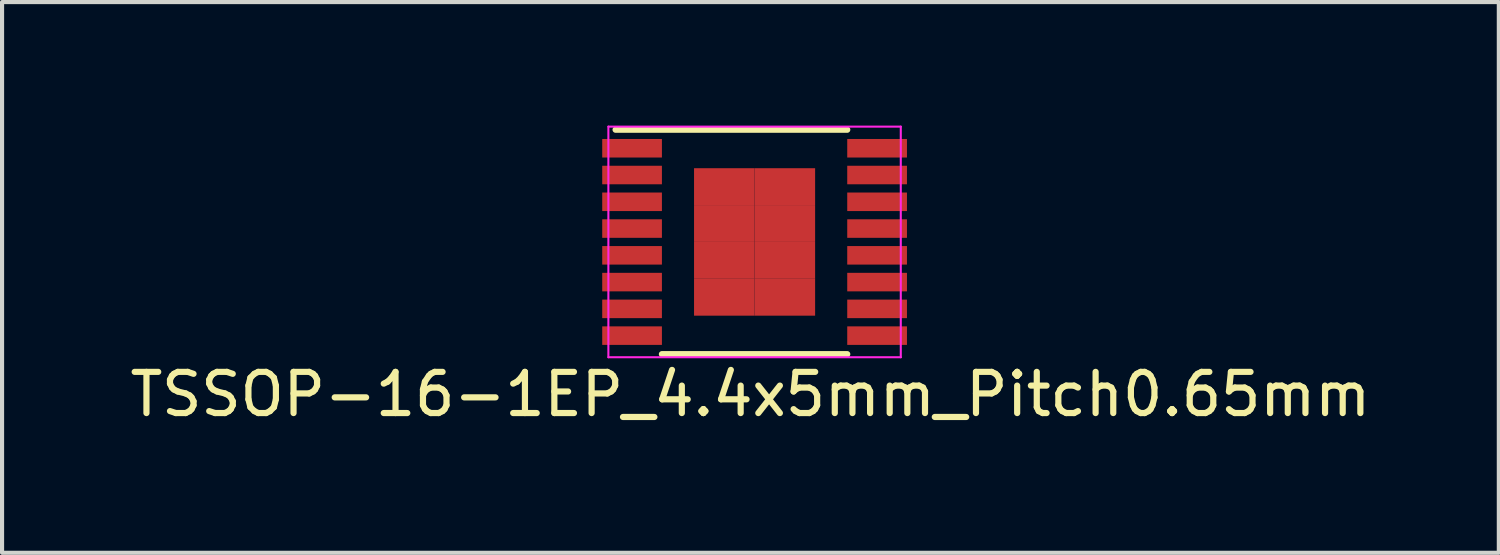
<source format=kicad_pcb>
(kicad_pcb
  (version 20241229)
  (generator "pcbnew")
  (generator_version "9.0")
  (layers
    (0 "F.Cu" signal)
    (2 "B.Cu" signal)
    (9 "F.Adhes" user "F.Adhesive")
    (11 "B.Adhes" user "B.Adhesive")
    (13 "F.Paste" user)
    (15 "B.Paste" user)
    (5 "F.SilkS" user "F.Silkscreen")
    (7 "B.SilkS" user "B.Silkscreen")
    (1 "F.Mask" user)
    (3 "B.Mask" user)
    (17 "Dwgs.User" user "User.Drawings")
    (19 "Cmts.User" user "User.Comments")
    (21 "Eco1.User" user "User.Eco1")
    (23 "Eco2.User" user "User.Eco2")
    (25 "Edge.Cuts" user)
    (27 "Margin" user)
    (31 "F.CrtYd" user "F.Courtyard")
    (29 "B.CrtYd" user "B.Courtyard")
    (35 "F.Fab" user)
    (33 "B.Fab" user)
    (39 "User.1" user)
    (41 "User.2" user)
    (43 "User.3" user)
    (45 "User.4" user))
  (footprint "TSSOP-16-1EP_4.4x5mm_Pitch0.65mm"
    (layer "F.Cu")
    (at 15.273 2.825)
    (property "Reference" "TSSOP-16-1EP_4.4x5mm_Pitch0.65mm" (at -0.1 3.7 0) (layer "F.SilkS") (effects (font (size 1 1) (thickness 0.15))))
    (attr smd)
    (fp_line (start -3.375 -2.725) (end 2.25 -2.725) (stroke (width 0.15) (type solid)) (layer "F.SilkS"))
    (fp_line (start -2.25 2.725) (end 2.25 2.725) (stroke (width 0.15) (type solid)) (layer "F.SilkS"))
    (fp_line (start -3.55 -2.8) (end -3.55 2.8) (stroke (width 0.05) (type solid)) (layer "F.CrtYd"))
    (fp_line (start -3.55 -2.8) (end 3.55 -2.8) (stroke (width 0.05) (type solid)) (layer "F.CrtYd"))
    (fp_line (start -3.55 2.8) (end 3.55 2.8) (stroke (width 0.05) (type solid)) (layer "F.CrtYd"))
    (fp_line (start 3.55 -2.8) (end 3.55 2.8) (stroke (width 0.05) (type solid)) (layer "F.CrtYd"))
    (pad "1" smd rect (at -2.975 -2.275) (size 1.45 0.45) (layers "F.Cu" "F.Mask"))
    (pad "2" smd rect (at -2.975 -1.625) (size 1.45 0.45) (layers "F.Cu" "F.Mask"))
    (pad "3" smd rect (at -2.975 -0.975) (size 1.45 0.45) (layers "F.Cu" "F.Mask"))
    (pad "4" smd rect (at -2.975 -0.325) (size 1.45 0.45) (layers "F.Cu" "F.Mask"))
    (pad "5" smd rect (at -2.975 0.325) (size 1.45 0.45) (layers "F.Cu" "F.Mask"))
    (pad "6" smd rect (at -2.975 0.975) (size 1.45 0.45) (layers "F.Cu" "F.Mask"))
    (pad "7" smd rect (at -2.975 1.625) (size 1.45 0.45) (layers "F.Cu" "F.Mask"))
    (pad "8" smd rect (at -2.975 2.275) (size 1.45 0.45) (layers "F.Cu" "F.Mask"))
    (pad "9" smd rect (at 2.975 2.275) (size 1.45 0.45) (layers "F.Cu" "F.Mask"))
    (pad "10" smd rect (at 2.975 1.625) (size 1.45 0.45) (layers "F.Cu" "F.Mask"))
    (pad "11" smd rect (at 2.975 0.975) (size 1.45 0.45) (layers "F.Cu" "F.Mask"))
    (pad "12" smd rect (at 2.975 0.325) (size 1.45 0.45) (layers "F.Cu" "F.Mask"))
    (pad "13" smd rect (at 2.975 -0.325) (size 1.45 0.45) (layers "F.Cu" "F.Mask"))
    (pad "14" smd rect (at 2.975 -0.975) (size 1.45 0.45) (layers "F.Cu" "F.Mask"))
    (pad "15" smd rect (at 2.975 -1.625) (size 1.45 0.45) (layers "F.Cu" "F.Mask"))
    (pad "16" smd rect (at 2.975 -2.275) (size 1.45 0.45) (layers "F.Cu" "F.Mask"))
    (pad "17" smd rect (at -0.735 -1.343) (size 1.47 0.895) (layers "F.Cu" "F.Mask"))
    (pad "17" smd rect (at -0.735 -0.448) (size 1.47 0.895) (layers "F.Cu" "F.Mask"))
    (pad "17" smd rect (at -0.735 0.448) (size 1.47 0.895) (layers "F.Cu" "F.Mask"))
    (pad "17" smd rect (at -0.735 1.343) (size 1.47 0.895) (layers "F.Cu" "F.Mask"))
    (pad "17" smd rect (at 0.735 -1.343) (size 1.47 0.895) (layers "F.Cu" "F.Mask"))
    (pad "17" smd rect (at 0.735 -0.448) (size 1.47 0.895) (layers "F.Cu" "F.Mask"))
    (pad "17" smd rect (at 0.735 0.448) (size 1.47 0.895) (layers "F.Cu" "F.Mask"))
    (pad "17" smd rect (at 0.735 1.343) (size 1.47 0.895) (layers "F.Cu" "F.Mask")))
  (gr_rect
    (start -3 -3)
    (end 33.345 10.373)
    (stroke (width 0.1) (type default))
    (fill no)
    (layer "Edge.Cuts")))
</source>
